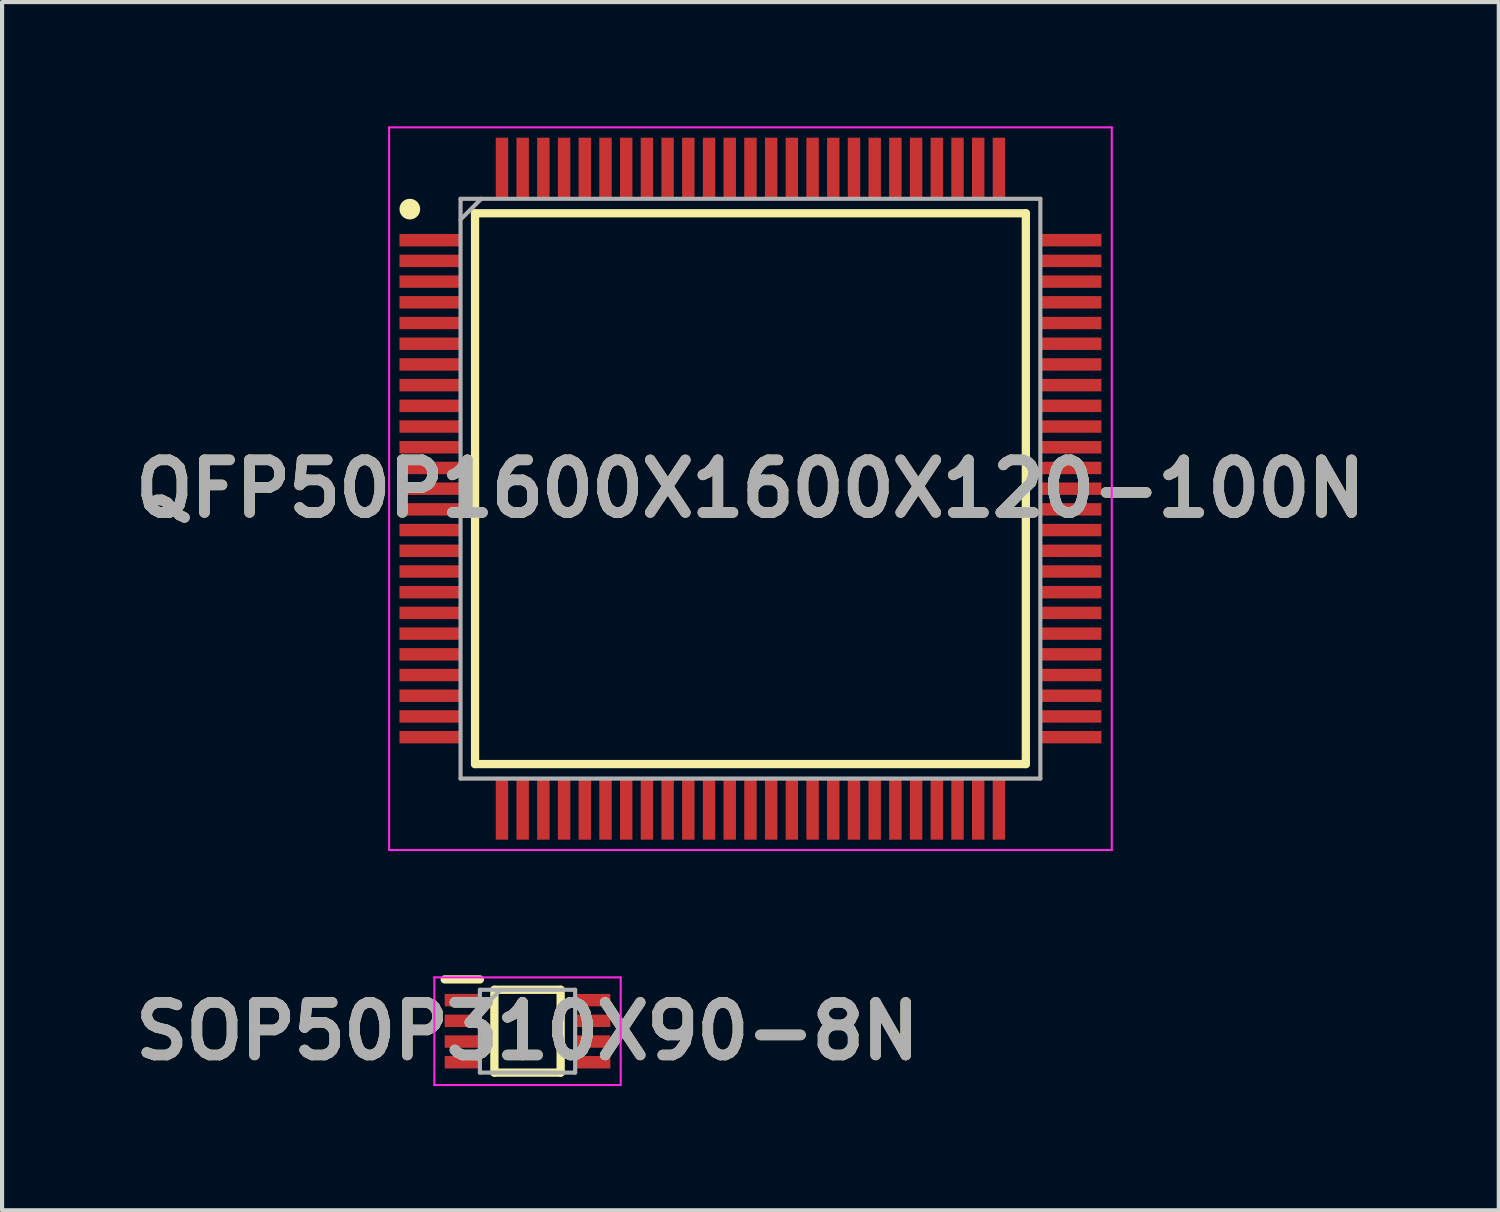
<source format=kicad_pcb>
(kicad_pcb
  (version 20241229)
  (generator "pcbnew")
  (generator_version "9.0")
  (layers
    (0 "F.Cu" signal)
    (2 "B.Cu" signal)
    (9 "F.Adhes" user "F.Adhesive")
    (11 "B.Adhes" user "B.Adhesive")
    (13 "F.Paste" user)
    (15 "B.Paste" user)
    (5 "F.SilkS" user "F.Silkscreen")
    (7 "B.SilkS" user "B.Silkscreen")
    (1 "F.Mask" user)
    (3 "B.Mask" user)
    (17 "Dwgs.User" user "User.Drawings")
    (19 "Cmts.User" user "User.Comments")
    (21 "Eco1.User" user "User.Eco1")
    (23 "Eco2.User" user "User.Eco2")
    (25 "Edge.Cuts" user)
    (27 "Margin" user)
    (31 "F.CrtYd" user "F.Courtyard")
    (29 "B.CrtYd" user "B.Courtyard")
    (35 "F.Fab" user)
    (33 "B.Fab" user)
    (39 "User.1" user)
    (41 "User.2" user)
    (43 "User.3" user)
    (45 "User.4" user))
  (footprint "SOP50P310X90-8N"
    (layer "F.Cu")
    (at 9.688 21.85)
    (property "Reference" "SOP50P310X90-8N" (at 0 0 0) (layer "F.SilkS") (effects (font (size 1.27 1.27) (thickness 0.254))))
    (attr smd)
    (fp_line (start -2 -1.25) (end -1.15 -1.25) (stroke (width 0.2) (type solid)) (layer "F.SilkS"))
    (fp_line (start -0.8 -1) (end 0.8 -1) (stroke (width 0.2) (type solid)) (layer "F.SilkS"))
    (fp_line (start -0.8 1) (end -0.8 -1) (stroke (width 0.2) (type solid)) (layer "F.SilkS"))
    (fp_line (start 0.8 -1) (end 0.8 1) (stroke (width 0.2) (type solid)) (layer "F.SilkS"))
    (fp_line (start 0.8 1) (end -0.8 1) (stroke (width 0.2) (type solid)) (layer "F.SilkS"))
    (fp_line (start -2.25 -1.3) (end 2.25 -1.3) (stroke (width 0.05) (type solid)) (layer "F.CrtYd"))
    (fp_line (start -2.25 1.3) (end -2.25 -1.3) (stroke (width 0.05) (type solid)) (layer "F.CrtYd"))
    (fp_line (start 2.25 -1.3) (end 2.25 1.3) (stroke (width 0.05) (type solid)) (layer "F.CrtYd"))
    (fp_line (start 2.25 1.3) (end -2.25 1.3) (stroke (width 0.05) (type solid)) (layer "F.CrtYd"))
    (fp_line (start -1.15 -1) (end 1.15 -1) (stroke (width 0.1) (type solid)) (layer "F.Fab"))
    (fp_line (start -1.15 -0.5) (end -0.65 -1) (stroke (width 0.1) (type solid)) (layer "F.Fab"))
    (fp_line (start -1.15 1) (end -1.15 -1) (stroke (width 0.1) (type solid)) (layer "F.Fab"))
    (fp_line (start 1.15 -1) (end 1.15 1) (stroke (width 0.1) (type solid)) (layer "F.Fab"))
    (fp_line (start 1.15 1) (end -1.15 1) (stroke (width 0.1) (type solid)) (layer "F.Fab"))
    (fp_text user "${REFERENCE}" (at 0 0 0) (layer "F.Fab") (effects (font (size 1.27 1.27) (thickness 0.254))))
    (pad "1" smd rect (at -1.575 -0.75 90) (size 0.3 0.85) (layers "F.Cu" "F.Mask" "F.Paste"))
    (pad "2" smd rect (at -1.575 -0.25 90) (size 0.3 0.85) (layers "F.Cu" "F.Mask" "F.Paste"))
    (pad "3" smd rect (at -1.575 0.25 90) (size 0.3 0.85) (layers "F.Cu" "F.Mask" "F.Paste"))
    (pad "4" smd rect (at -1.575 0.75 90) (size 0.3 0.85) (layers "F.Cu" "F.Mask" "F.Paste"))
    (pad "5" smd rect (at 1.575 0.75 90) (size 0.3 0.85) (layers "F.Cu" "F.Mask" "F.Paste"))
    (pad "6" smd rect (at 1.575 0.25 90) (size 0.3 0.85) (layers "F.Cu" "F.Mask" "F.Paste"))
    (pad "7" smd rect (at 1.575 -0.25 90) (size 0.3 0.85) (layers "F.Cu" "F.Mask" "F.Paste"))
    (pad "8" smd rect (at 1.575 -0.75 90) (size 0.3 0.85) (layers "F.Cu" "F.Mask" "F.Paste")))
  (footprint "QFP50P1600X1600X120-100N"
    (layer "F.Cu")
    (at 15.071 8.75)
    (property "Reference" "QFP50P1600X1600X120-100N" (at 0 0 0) (layer "F.SilkS") (effects (font (size 1.27 1.27) (thickness 0.254))))
    (attr smd)
    (fp_line (start -6.65 -6.65) (end 6.65 -6.65) (stroke (width 0.2) (type solid)) (layer "F.SilkS"))
    (fp_line (start -6.65 6.65) (end -6.65 -6.65) (stroke (width 0.2) (type solid)) (layer "F.SilkS"))
    (fp_line (start 6.65 -6.65) (end 6.65 6.65) (stroke (width 0.2) (type solid)) (layer "F.SilkS"))
    (fp_line (start 6.65 6.65) (end -6.65 6.65) (stroke (width 0.2) (type solid)) (layer "F.SilkS"))
    (fp_circle (center -8.225 -6.75) (end -8.225 -6.625) (stroke (width 0.25) (type solid)) (fill no) (layer "F.SilkS"))
    (fp_line (start -8.725 -8.725) (end 8.725 -8.725) (stroke (width 0.05) (type solid)) (layer "F.CrtYd"))
    (fp_line (start -8.725 8.725) (end -8.725 -8.725) (stroke (width 0.05) (type solid)) (layer "F.CrtYd"))
    (fp_line (start 8.725 -8.725) (end 8.725 8.725) (stroke (width 0.05) (type solid)) (layer "F.CrtYd"))
    (fp_line (start 8.725 8.725) (end -8.725 8.725) (stroke (width 0.05) (type solid)) (layer "F.CrtYd"))
    (fp_line (start -7 -7) (end 7 -7) (stroke (width 0.1) (type solid)) (layer "F.Fab"))
    (fp_line (start -7 -6.5) (end -6.5 -7) (stroke (width 0.1) (type solid)) (layer "F.Fab"))
    (fp_line (start -7 7) (end -7 -7) (stroke (width 0.1) (type solid)) (layer "F.Fab"))
    (fp_line (start 7 -7) (end 7 7) (stroke (width 0.1) (type solid)) (layer "F.Fab"))
    (fp_line (start 7 7) (end -7 7) (stroke (width 0.1) (type solid)) (layer "F.Fab"))
    (fp_text user "${REFERENCE}" (at 0 0 0) (layer "F.Fab") (effects (font (size 1.27 1.27) (thickness 0.254))))
    (pad "1" smd rect (at -7.738 -6 90) (size 0.3 1.475) (layers "F.Cu" "F.Mask" "F.Paste"))
    (pad "2" smd rect (at -7.738 -5.5 90) (size 0.3 1.475) (layers "F.Cu" "F.Mask" "F.Paste"))
    (pad "3" smd rect (at -7.738 -5 90) (size 0.3 1.475) (layers "F.Cu" "F.Mask" "F.Paste"))
    (pad "4" smd rect (at -7.738 -4.5 90) (size 0.3 1.475) (layers "F.Cu" "F.Mask" "F.Paste"))
    (pad "5" smd rect (at -7.738 -4 90) (size 0.3 1.475) (layers "F.Cu" "F.Mask" "F.Paste"))
    (pad "6" smd rect (at -7.738 -3.5 90) (size 0.3 1.475) (layers "F.Cu" "F.Mask" "F.Paste"))
    (pad "7" smd rect (at -7.738 -3 90) (size 0.3 1.475) (layers "F.Cu" "F.Mask" "F.Paste"))
    (pad "8" smd rect (at -7.738 -2.5 90) (size 0.3 1.475) (layers "F.Cu" "F.Mask" "F.Paste"))
    (pad "9" smd rect (at -7.738 -2 90) (size 0.3 1.475) (layers "F.Cu" "F.Mask" "F.Paste"))
    (pad "10" smd rect (at -7.738 -1.5 90) (size 0.3 1.475) (layers "F.Cu" "F.Mask" "F.Paste"))
    (pad "11" smd rect (at -7.738 -1 90) (size 0.3 1.475) (layers "F.Cu" "F.Mask" "F.Paste"))
    (pad "12" smd rect (at -7.738 -0.5 90) (size 0.3 1.475) (layers "F.Cu" "F.Mask" "F.Paste"))
    (pad "13" smd rect (at -7.738 0 90) (size 0.3 1.475) (layers "F.Cu" "F.Mask" "F.Paste"))
    (pad "14" smd rect (at -7.738 0.5 90) (size 0.3 1.475) (layers "F.Cu" "F.Mask" "F.Paste"))
    (pad "15" smd rect (at -7.738 1 90) (size 0.3 1.475) (layers "F.Cu" "F.Mask" "F.Paste"))
    (pad "16" smd rect (at -7.738 1.5 90) (size 0.3 1.475) (layers "F.Cu" "F.Mask" "F.Paste"))
    (pad "17" smd rect (at -7.738 2 90) (size 0.3 1.475) (layers "F.Cu" "F.Mask" "F.Paste"))
    (pad "18" smd rect (at -7.738 2.5 90) (size 0.3 1.475) (layers "F.Cu" "F.Mask" "F.Paste"))
    (pad "19" smd rect (at -7.738 3 90) (size 0.3 1.475) (layers "F.Cu" "F.Mask" "F.Paste"))
    (pad "20" smd rect (at -7.738 3.5 90) (size 0.3 1.475) (layers "F.Cu" "F.Mask" "F.Paste"))
    (pad "21" smd rect (at -7.738 4 90) (size 0.3 1.475) (layers "F.Cu" "F.Mask" "F.Paste"))
    (pad "22" smd rect (at -7.738 4.5 90) (size 0.3 1.475) (layers "F.Cu" "F.Mask" "F.Paste"))
    (pad "23" smd rect (at -7.738 5 90) (size 0.3 1.475) (layers "F.Cu" "F.Mask" "F.Paste"))
    (pad "24" smd rect (at -7.738 5.5 90) (size 0.3 1.475) (layers "F.Cu" "F.Mask" "F.Paste"))
    (pad "25" smd rect (at -7.738 6 90) (size 0.3 1.475) (layers "F.Cu" "F.Mask" "F.Paste"))
    (pad "26" smd rect (at -6 7.738) (size 0.3 1.475) (layers "F.Cu" "F.Mask" "F.Paste"))
    (pad "27" smd rect (at -5.5 7.738) (size 0.3 1.475) (layers "F.Cu" "F.Mask" "F.Paste"))
    (pad "28" smd rect (at -5 7.738) (size 0.3 1.475) (layers "F.Cu" "F.Mask" "F.Paste"))
    (pad "29" smd rect (at -4.5 7.738) (size 0.3 1.475) (layers "F.Cu" "F.Mask" "F.Paste"))
    (pad "30" smd rect (at -4 7.738) (size 0.3 1.475) (layers "F.Cu" "F.Mask" "F.Paste"))
    (pad "31" smd rect (at -3.5 7.738) (size 0.3 1.475) (layers "F.Cu" "F.Mask" "F.Paste"))
    (pad "32" smd rect (at -3 7.738) (size 0.3 1.475) (layers "F.Cu" "F.Mask" "F.Paste"))
    (pad "33" smd rect (at -2.5 7.738) (size 0.3 1.475) (layers "F.Cu" "F.Mask" "F.Paste"))
    (pad "34" smd rect (at -2 7.738) (size 0.3 1.475) (layers "F.Cu" "F.Mask" "F.Paste"))
    (pad "35" smd rect (at -1.5 7.738) (size 0.3 1.475) (layers "F.Cu" "F.Mask" "F.Paste"))
    (pad "36" smd rect (at -1 7.738) (size 0.3 1.475) (layers "F.Cu" "F.Mask" "F.Paste"))
    (pad "37" smd rect (at -0.5 7.738) (size 0.3 1.475) (layers "F.Cu" "F.Mask" "F.Paste"))
    (pad "38" smd rect (at 0 7.738) (size 0.3 1.475) (layers "F.Cu" "F.Mask" "F.Paste"))
    (pad "39" smd rect (at 0.5 7.738) (size 0.3 1.475) (layers "F.Cu" "F.Mask" "F.Paste"))
    (pad "40" smd rect (at 1 7.738) (size 0.3 1.475) (layers "F.Cu" "F.Mask" "F.Paste"))
    (pad "41" smd rect (at 1.5 7.738) (size 0.3 1.475) (layers "F.Cu" "F.Mask" "F.Paste"))
    (pad "42" smd rect (at 2 7.738) (size 0.3 1.475) (layers "F.Cu" "F.Mask" "F.Paste"))
    (pad "43" smd rect (at 2.5 7.738) (size 0.3 1.475) (layers "F.Cu" "F.Mask" "F.Paste"))
    (pad "44" smd rect (at 3 7.738) (size 0.3 1.475) (layers "F.Cu" "F.Mask" "F.Paste"))
    (pad "45" smd rect (at 3.5 7.738) (size 0.3 1.475) (layers "F.Cu" "F.Mask" "F.Paste"))
    (pad "46" smd rect (at 4 7.738) (size 0.3 1.475) (layers "F.Cu" "F.Mask" "F.Paste"))
    (pad "47" smd rect (at 4.5 7.738) (size 0.3 1.475) (layers "F.Cu" "F.Mask" "F.Paste"))
    (pad "48" smd rect (at 5 7.738) (size 0.3 1.475) (layers "F.Cu" "F.Mask" "F.Paste"))
    (pad "49" smd rect (at 5.5 7.738) (size 0.3 1.475) (layers "F.Cu" "F.Mask" "F.Paste"))
    (pad "50" smd rect (at 6 7.738) (size 0.3 1.475) (layers "F.Cu" "F.Mask" "F.Paste"))
    (pad "51" smd rect (at 7.738 6 90) (size 0.3 1.475) (layers "F.Cu" "F.Mask" "F.Paste"))
    (pad "52" smd rect (at 7.738 5.5 90) (size 0.3 1.475) (layers "F.Cu" "F.Mask" "F.Paste"))
    (pad "53" smd rect (at 7.738 5 90) (size 0.3 1.475) (layers "F.Cu" "F.Mask" "F.Paste"))
    (pad "54" smd rect (at 7.738 4.5 90) (size 0.3 1.475) (layers "F.Cu" "F.Mask" "F.Paste"))
    (pad "55" smd rect (at 7.738 4 90) (size 0.3 1.475) (layers "F.Cu" "F.Mask" "F.Paste"))
    (pad "56" smd rect (at 7.738 3.5 90) (size 0.3 1.475) (layers "F.Cu" "F.Mask" "F.Paste"))
    (pad "57" smd rect (at 7.738 3 90) (size 0.3 1.475) (layers "F.Cu" "F.Mask" "F.Paste"))
    (pad "58" smd rect (at 7.738 2.5 90) (size 0.3 1.475) (layers "F.Cu" "F.Mask" "F.Paste"))
    (pad "59" smd rect (at 7.738 2 90) (size 0.3 1.475) (layers "F.Cu" "F.Mask" "F.Paste"))
    (pad "60" smd rect (at 7.738 1.5 90) (size 0.3 1.475) (layers "F.Cu" "F.Mask" "F.Paste"))
    (pad "61" smd rect (at 7.738 1 90) (size 0.3 1.475) (layers "F.Cu" "F.Mask" "F.Paste"))
    (pad "62" smd rect (at 7.738 0.5 90) (size 0.3 1.475) (layers "F.Cu" "F.Mask" "F.Paste"))
    (pad "63" smd rect (at 7.738 0 90) (size 0.3 1.475) (layers "F.Cu" "F.Mask" "F.Paste"))
    (pad "64" smd rect (at 7.738 -0.5 90) (size 0.3 1.475) (layers "F.Cu" "F.Mask" "F.Paste"))
    (pad "65" smd rect (at 7.738 -1 90) (size 0.3 1.475) (layers "F.Cu" "F.Mask" "F.Paste"))
    (pad "66" smd rect (at 7.738 -1.5 90) (size 0.3 1.475) (layers "F.Cu" "F.Mask" "F.Paste"))
    (pad "67" smd rect (at 7.738 -2 90) (size 0.3 1.475) (layers "F.Cu" "F.Mask" "F.Paste"))
    (pad "68" smd rect (at 7.738 -2.5 90) (size 0.3 1.475) (layers "F.Cu" "F.Mask" "F.Paste"))
    (pad "69" smd rect (at 7.738 -3 90) (size 0.3 1.475) (layers "F.Cu" "F.Mask" "F.Paste"))
    (pad "70" smd rect (at 7.738 -3.5 90) (size 0.3 1.475) (layers "F.Cu" "F.Mask" "F.Paste"))
    (pad "71" smd rect (at 7.738 -4 90) (size 0.3 1.475) (layers "F.Cu" "F.Mask" "F.Paste"))
    (pad "72" smd rect (at 7.738 -4.5 90) (size 0.3 1.475) (layers "F.Cu" "F.Mask" "F.Paste"))
    (pad "73" smd rect (at 7.738 -5 90) (size 0.3 1.475) (layers "F.Cu" "F.Mask" "F.Paste"))
    (pad "74" smd rect (at 7.738 -5.5 90) (size 0.3 1.475) (layers "F.Cu" "F.Mask" "F.Paste"))
    (pad "75" smd rect (at 7.738 -6 90) (size 0.3 1.475) (layers "F.Cu" "F.Mask" "F.Paste"))
    (pad "76" smd rect (at 6 -7.738) (size 0.3 1.475) (layers "F.Cu" "F.Mask" "F.Paste"))
    (pad "77" smd rect (at 5.5 -7.738) (size 0.3 1.475) (layers "F.Cu" "F.Mask" "F.Paste"))
    (pad "78" smd rect (at 5 -7.738) (size 0.3 1.475) (layers "F.Cu" "F.Mask" "F.Paste"))
    (pad "79" smd rect (at 4.5 -7.738) (size 0.3 1.475) (layers "F.Cu" "F.Mask" "F.Paste"))
    (pad "80" smd rect (at 4 -7.738) (size 0.3 1.475) (layers "F.Cu" "F.Mask" "F.Paste"))
    (pad "81" smd rect (at 3.5 -7.738) (size 0.3 1.475) (layers "F.Cu" "F.Mask" "F.Paste"))
    (pad "82" smd rect (at 3 -7.738) (size 0.3 1.475) (layers "F.Cu" "F.Mask" "F.Paste"))
    (pad "83" smd rect (at 2.5 -7.738) (size 0.3 1.475) (layers "F.Cu" "F.Mask" "F.Paste"))
    (pad "84" smd rect (at 2 -7.738) (size 0.3 1.475) (layers "F.Cu" "F.Mask" "F.Paste"))
    (pad "85" smd rect (at 1.5 -7.738) (size 0.3 1.475) (layers "F.Cu" "F.Mask" "F.Paste"))
    (pad "86" smd rect (at 1 -7.738) (size 0.3 1.475) (layers "F.Cu" "F.Mask" "F.Paste"))
    (pad "87" smd rect (at 0.5 -7.738) (size 0.3 1.475) (layers "F.Cu" "F.Mask" "F.Paste"))
    (pad "88" smd rect (at 0 -7.738) (size 0.3 1.475) (layers "F.Cu" "F.Mask" "F.Paste"))
    (pad "89" smd rect (at -0.5 -7.738) (size 0.3 1.475) (layers "F.Cu" "F.Mask" "F.Paste"))
    (pad "90" smd rect (at -1 -7.738) (size 0.3 1.475) (layers "F.Cu" "F.Mask" "F.Paste"))
    (pad "91" smd rect (at -1.5 -7.738) (size 0.3 1.475) (layers "F.Cu" "F.Mask" "F.Paste"))
    (pad "92" smd rect (at -2 -7.738) (size 0.3 1.475) (layers "F.Cu" "F.Mask" "F.Paste"))
    (pad "93" smd rect (at -2.5 -7.738) (size 0.3 1.475) (layers "F.Cu" "F.Mask" "F.Paste"))
    (pad "94" smd rect (at -3 -7.738) (size 0.3 1.475) (layers "F.Cu" "F.Mask" "F.Paste"))
    (pad "95" smd rect (at -3.5 -7.738) (size 0.3 1.475) (layers "F.Cu" "F.Mask" "F.Paste"))
    (pad "96" smd rect (at -4 -7.738) (size 0.3 1.475) (layers "F.Cu" "F.Mask" "F.Paste"))
    (pad "97" smd rect (at -4.5 -7.738) (size 0.3 1.475) (layers "F.Cu" "F.Mask" "F.Paste"))
    (pad "98" smd rect (at -5 -7.738) (size 0.3 1.475) (layers "F.Cu" "F.Mask" "F.Paste"))
    (pad "99" smd rect (at -5.5 -7.738) (size 0.3 1.475) (layers "F.Cu" "F.Mask" "F.Paste"))
    (pad "100" smd rect (at -6 -7.738) (size 0.3 1.475) (layers "F.Cu" "F.Mask" "F.Paste")))
  (gr_rect
    (start -3 -3)
    (end 33.141 26.175)
    (stroke (width 0.1) (type default))
    (fill no)
    (layer "Edge.Cuts")))
</source>
